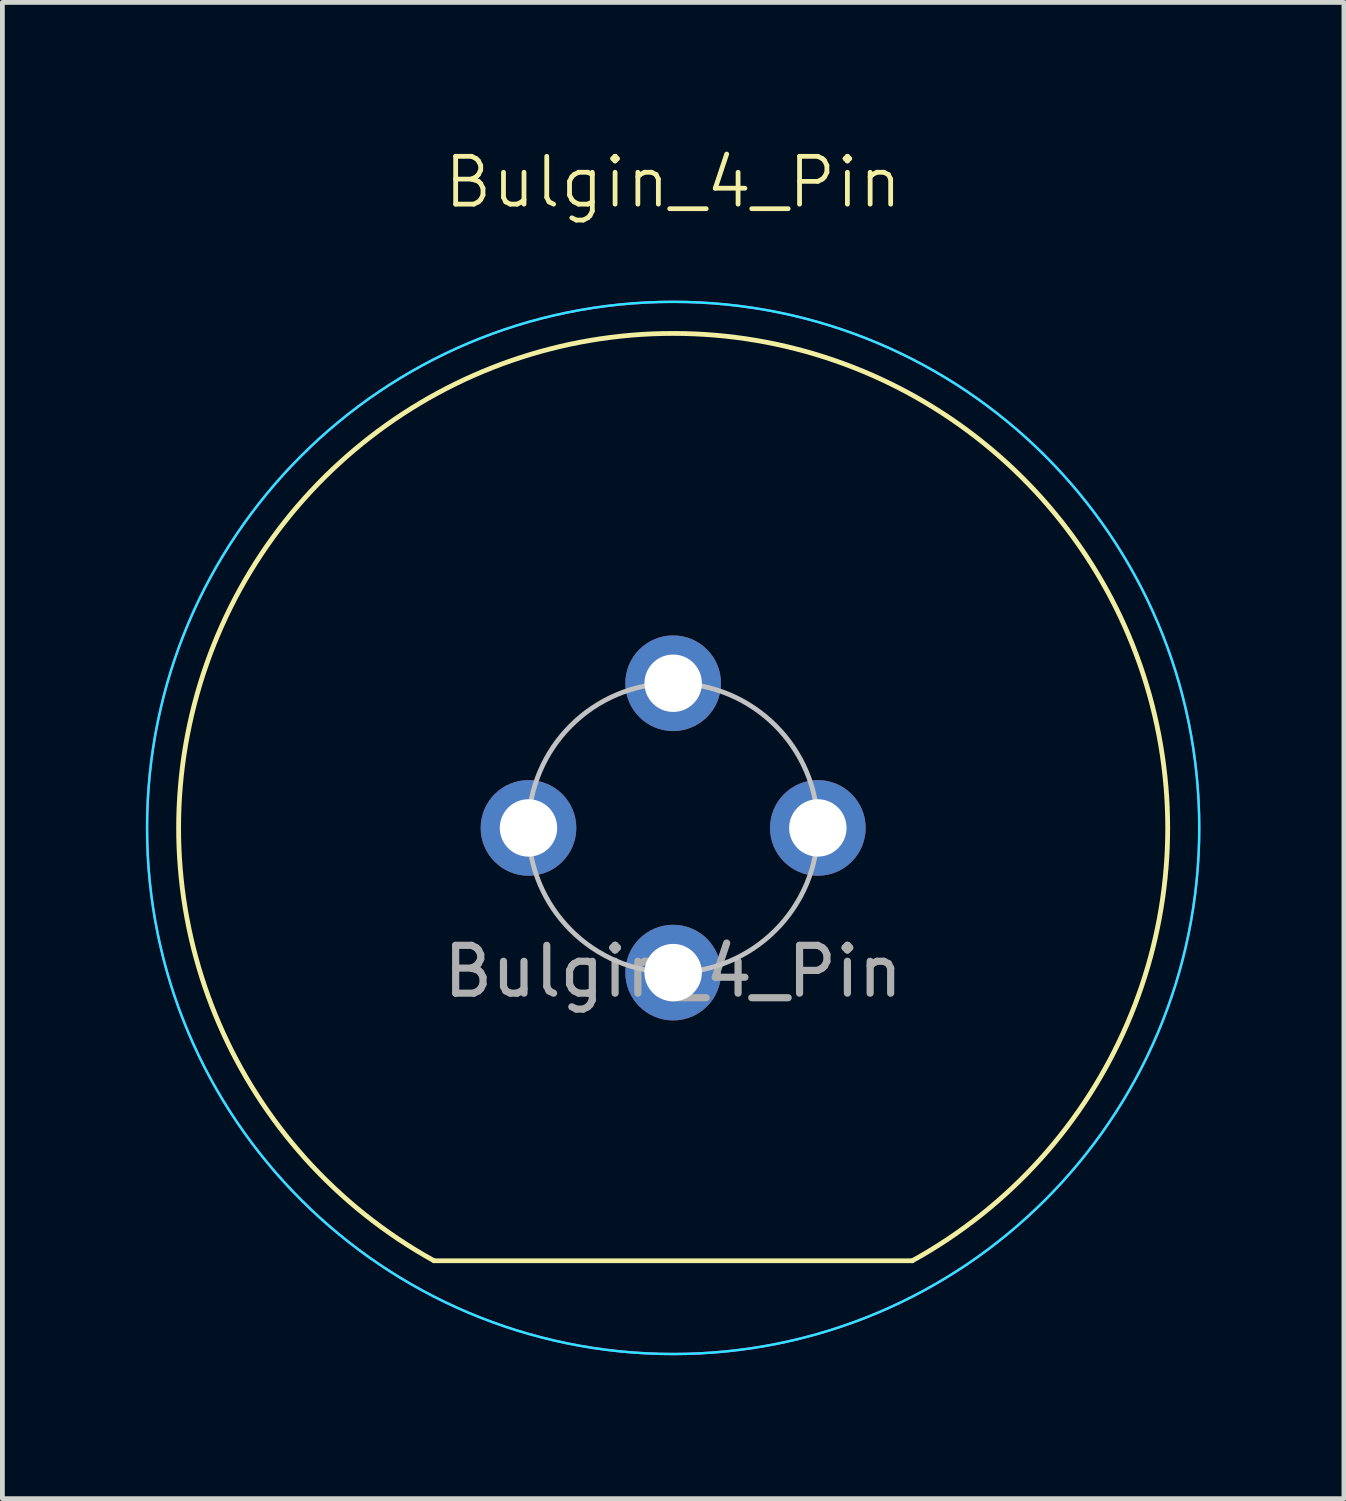
<source format=kicad_pcb>
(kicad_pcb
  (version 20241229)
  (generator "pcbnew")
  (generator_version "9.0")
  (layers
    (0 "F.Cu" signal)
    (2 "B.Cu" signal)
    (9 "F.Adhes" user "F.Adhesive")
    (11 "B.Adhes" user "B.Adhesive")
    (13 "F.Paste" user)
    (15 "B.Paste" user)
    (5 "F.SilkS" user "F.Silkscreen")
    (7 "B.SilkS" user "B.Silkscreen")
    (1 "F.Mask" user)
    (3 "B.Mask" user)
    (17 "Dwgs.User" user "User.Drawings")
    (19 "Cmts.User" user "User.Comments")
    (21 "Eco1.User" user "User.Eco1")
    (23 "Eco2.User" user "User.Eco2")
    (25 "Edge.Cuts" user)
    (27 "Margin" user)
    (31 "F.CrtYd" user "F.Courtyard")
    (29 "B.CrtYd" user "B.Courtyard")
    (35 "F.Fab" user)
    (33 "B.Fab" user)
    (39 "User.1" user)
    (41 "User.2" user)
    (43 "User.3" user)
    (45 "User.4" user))
  (footprint "Bulgin_4_Pin"
    (layer "F.Cu")
    (at 11.025 14.261)
    (property "Reference" "Bulgin_4_Pin" (at 0 -13.5 0) (unlocked yes) (layer "F.SilkS") (effects (font (size 1 1) (thickness 0.1))))
    (attr smd)
    (fp_line (start -5 9.05) (end 5 9.05) (stroke (width 0.1) (type default)) (layer "F.SilkS"))
    (fp_arc (start -5 9.05) (mid 0 -10.339367) (end 5 9.05) (stroke (width 0.1) (type default)) (layer "F.SilkS"))
    (fp_circle (center 0 0) (end 3.025 0) (stroke (width 0.1) (type default)) (fill no) (layer "Dwgs.User"))
    (fp_circle (center 0 0) (end 11 0) (stroke (width 0.05) (type default)) (fill no) (layer "B.CrtYd"))
    (fp_circle (center 0 0) (end 11 0) (stroke (width 0.05) (type default)) (fill no) (layer "F.CrtYd"))
    (fp_text user "${REFERENCE}" (at 0 3 0) (unlocked yes) (layer "F.Fab") (effects (font (size 1 1) (thickness 0.15))))
    (pad "1" thru_hole circle (at 0 -3.025) (size 2 2) (drill 1.2) (layers "*.Cu" "*.Mask"))
    (pad "2" thru_hole circle (at 3.025 0) (size 2 2) (drill 1.2) (layers "*.Cu" "*.Mask"))
    (pad "3" thru_hole circle (at 0 3.025) (size 2 2) (drill 1.2) (layers "*.Cu" "*.Mask"))
    (pad "4" thru_hole circle (at -3.025 0) (size 2 2) (drill 1.2) (layers "*.Cu" "*.Mask")))
  (gr_rect
    (start -3 -3)
    (end 25.05 28.285)
    (stroke (width 0.1) (type default))
    (fill no)
    (layer "Edge.Cuts")))
</source>
